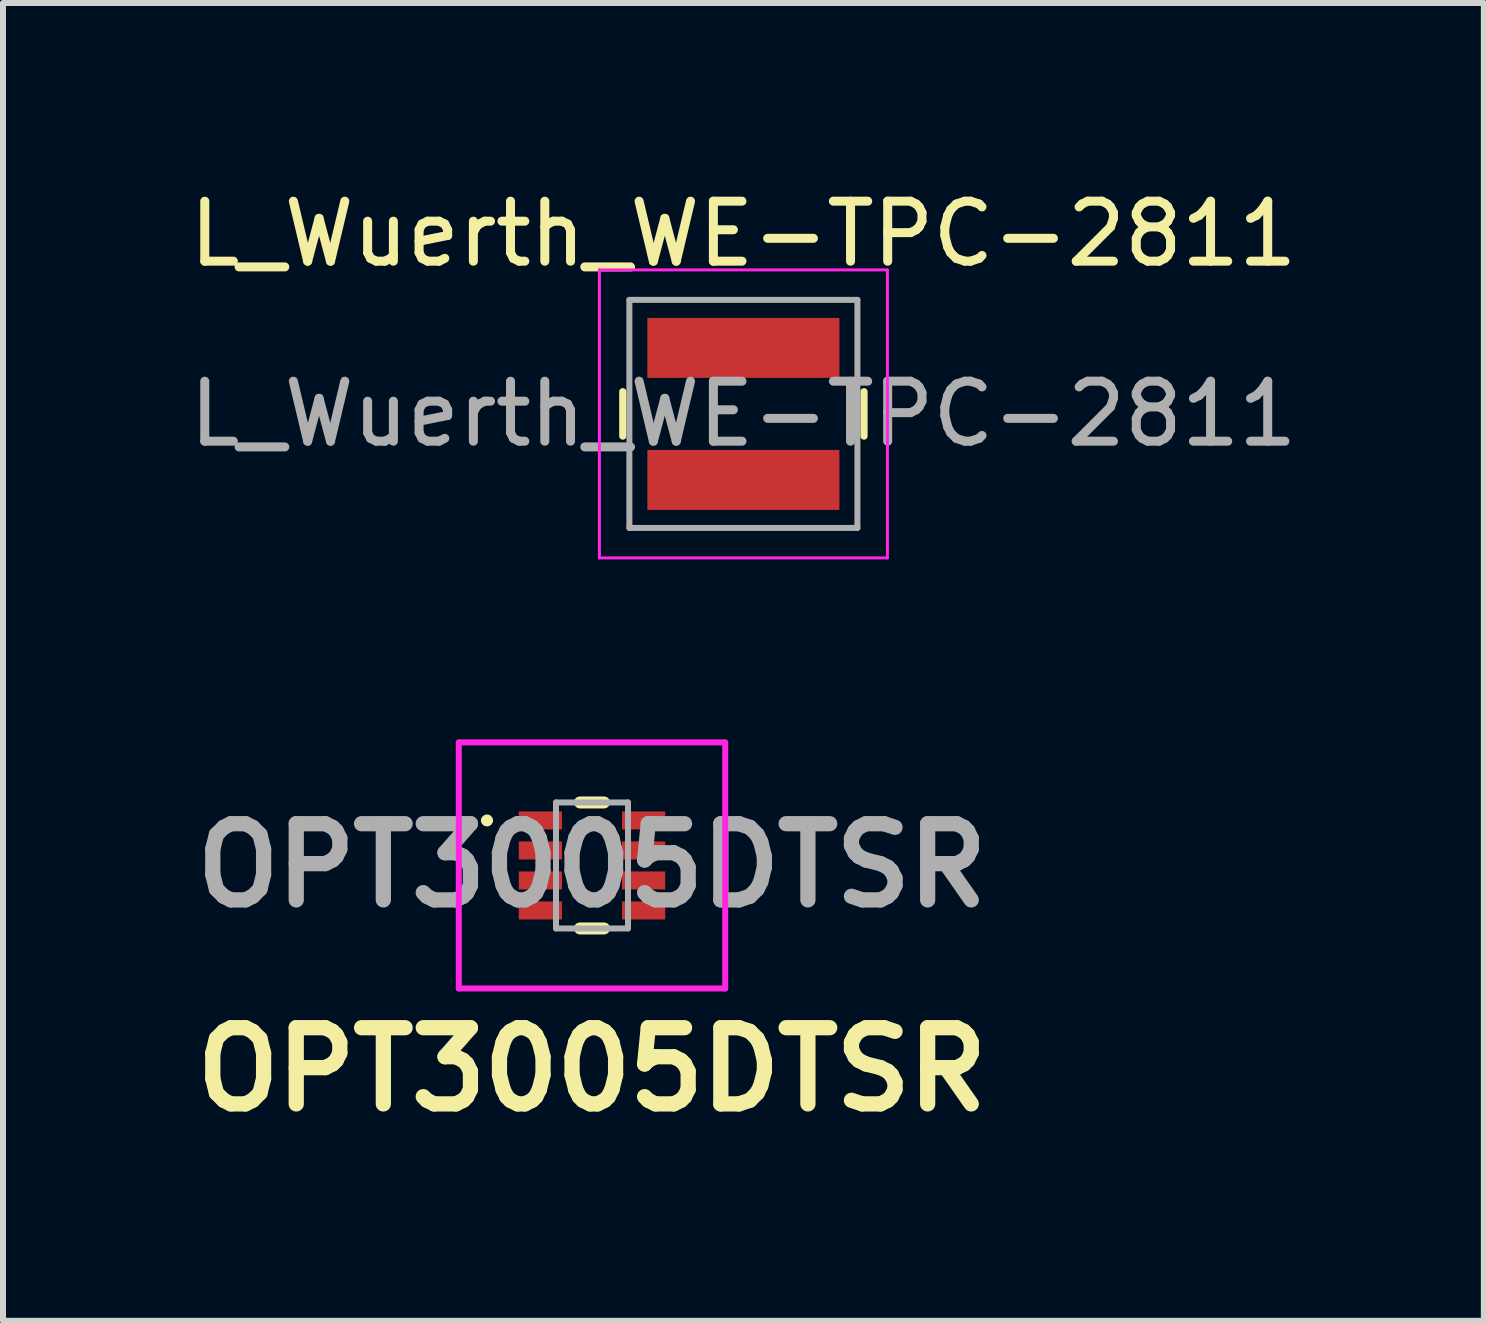
<source format=kicad_pcb>
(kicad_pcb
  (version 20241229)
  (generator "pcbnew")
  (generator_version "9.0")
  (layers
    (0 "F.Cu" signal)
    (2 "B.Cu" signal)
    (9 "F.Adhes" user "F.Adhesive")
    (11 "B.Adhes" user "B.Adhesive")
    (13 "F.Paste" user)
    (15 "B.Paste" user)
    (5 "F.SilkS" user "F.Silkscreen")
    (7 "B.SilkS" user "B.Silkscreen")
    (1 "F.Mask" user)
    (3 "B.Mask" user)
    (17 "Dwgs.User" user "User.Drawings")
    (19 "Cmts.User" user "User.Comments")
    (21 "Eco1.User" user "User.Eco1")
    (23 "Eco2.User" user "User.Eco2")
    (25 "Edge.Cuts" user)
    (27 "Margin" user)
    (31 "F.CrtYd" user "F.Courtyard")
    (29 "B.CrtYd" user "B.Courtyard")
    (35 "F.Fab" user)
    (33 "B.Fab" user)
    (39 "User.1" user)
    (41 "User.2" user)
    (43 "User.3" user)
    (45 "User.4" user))
  (footprint "OPT3005DTSR"
    (layer "F.Cu")
    (at 6.816 11.373)
    (property "Reference" "OPT3005DTSR" (at 0 3.4 0) (layer "F.SilkS") (effects (font (size 1.27 1.27) (thickness 0.254))))
    (attr smd)
    (fp_line (start -1.8 -0.75) (end -1.8 -0.75) (stroke (width 0.1) (type solid)) (layer "F.SilkS"))
    (fp_line (start -1.7 -0.75) (end -1.7 -0.75) (stroke (width 0.1) (type solid)) (layer "F.SilkS"))
    (fp_line (start -0.2 -1.05) (end 0.2 -1.05) (stroke (width 0.2) (type solid)) (layer "F.SilkS"))
    (fp_line (start -0.2 1.05) (end 0.2 1.05) (stroke (width 0.2) (type solid)) (layer "F.SilkS"))
    (fp_arc (start -1.8 -0.75) (mid -1.75 -0.8) (end -1.7 -0.75) (stroke (width 0.1) (type solid)) (layer "F.SilkS"))
    (fp_arc (start -1.7 -0.75) (mid -1.75 -0.7) (end -1.8 -0.75) (stroke (width 0.1) (type solid)) (layer "F.SilkS"))
    (fp_line (start -2.22 -2.05) (end 2.22 -2.05) (stroke (width 0.1) (type solid)) (layer "F.CrtYd"))
    (fp_line (start -2.22 2.05) (end -2.22 -2.05) (stroke (width 0.1) (type solid)) (layer "F.CrtYd"))
    (fp_line (start 2.22 -2.05) (end 2.22 2.05) (stroke (width 0.1) (type solid)) (layer "F.CrtYd"))
    (fp_line (start 2.22 2.05) (end -2.22 2.05) (stroke (width 0.1) (type solid)) (layer "F.CrtYd"))
    (fp_line (start -0.6 -1.05) (end 0.6 -1.05) (stroke (width 0.1) (type solid)) (layer "F.Fab"))
    (fp_line (start -0.6 1.05) (end -0.6 -1.05) (stroke (width 0.1) (type solid)) (layer "F.Fab"))
    (fp_line (start 0.6 -1.05) (end 0.6 1.05) (stroke (width 0.1) (type solid)) (layer "F.Fab"))
    (fp_line (start 0.6 1.05) (end -0.6 1.05) (stroke (width 0.1) (type solid)) (layer "F.Fab"))
    (fp_text user "${REFERENCE}" (at 0 0 0) (layer "F.Fab") (effects (font (size 1.27 1.27) (thickness 0.254))))
    (pad "1" smd rect (at -0.86 -0.75 90) (size 0.3 0.72) (layers "F.Cu" "F.Mask" "F.Paste"))
    (pad "2" smd rect (at -0.86 -0.25 90) (size 0.3 0.72) (layers "F.Cu" "F.Mask" "F.Paste"))
    (pad "3" smd rect (at -0.86 0.25 90) (size 0.3 0.72) (layers "F.Cu" "F.Mask" "F.Paste"))
    (pad "4" smd rect (at -0.86 0.75 90) (size 0.3 0.72) (layers "F.Cu" "F.Mask" "F.Paste"))
    (pad "5" smd rect (at 0.86 0.75 90) (size 0.3 0.72) (layers "F.Cu" "F.Mask" "F.Paste"))
    (pad "6" smd rect (at 0.86 0.25 90) (size 0.3 0.72) (layers "F.Cu" "F.Mask" "F.Paste"))
    (pad "7" smd rect (at 0.86 -0.25 90) (size 0.3 0.72) (layers "F.Cu" "F.Mask" "F.Paste"))
    (pad "8" smd rect (at 0.86 -0.75 90) (size 0.3 0.72) (layers "F.Cu" "F.Mask" "F.Paste")))
  (footprint "L_Wuerth_WE-TPC-2811"
    (layer "F.Cu")
    (at 9.339 3.848)
    (property "Reference" "L_Wuerth_WE-TPC-2811" (at 0 -3 0) (layer "F.SilkS") (effects (font (size 1 1) (thickness 0.15))))
    (attr smd)
    (fp_line (start -2.01 0.37) (end -2.01 -0.37) (stroke (width 0.12) (type solid)) (layer "F.SilkS"))
    (fp_line (start 2.01 -0.37) (end 2.01 0.37) (stroke (width 0.12) (type solid)) (layer "F.SilkS"))
    (fp_line (start -2.4 -2.4) (end 2.4 -2.4) (stroke (width 0.05) (type solid)) (layer "F.CrtYd"))
    (fp_line (start -2.4 2.4) (end -2.4 -2.4) (stroke (width 0.05) (type solid)) (layer "F.CrtYd"))
    (fp_line (start 2.4 -2.4) (end 2.4 2.4) (stroke (width 0.05) (type solid)) (layer "F.CrtYd"))
    (fp_line (start 2.4 2.4) (end -2.4 2.4) (stroke (width 0.05) (type solid)) (layer "F.CrtYd"))
    (fp_line (start -1.9 -1.9) (end 1.9 -1.9) (stroke (width 0.1) (type solid)) (layer "F.Fab"))
    (fp_line (start -1.9 1.9) (end -1.9 -1.9) (stroke (width 0.1) (type solid)) (layer "F.Fab"))
    (fp_line (start 1.9 -1.9) (end 1.9 1.9) (stroke (width 0.1) (type solid)) (layer "F.Fab"))
    (fp_line (start 1.9 1.9) (end -1.9 1.9) (stroke (width 0.1) (type solid)) (layer "F.Fab"))
    (fp_text user "${REFERENCE}" (at 0 0 0) (layer "F.Fab") (effects (font (size 1 1) (thickness 0.15))))
    (pad "1" smd rect (at 0 -1.1) (size 3.2 1) (layers "F.Cu" "F.Mask" "F.Paste"))
    (pad "2" smd rect (at 0 1.1) (size 3.2 1) (layers "F.Cu" "F.Mask" "F.Paste")))
  (gr_rect
    (start -3 -3)
    (end 21.679 18.962)
    (stroke (width 0.1) (type default))
    (fill no)
    (layer "Edge.Cuts")))
</source>
